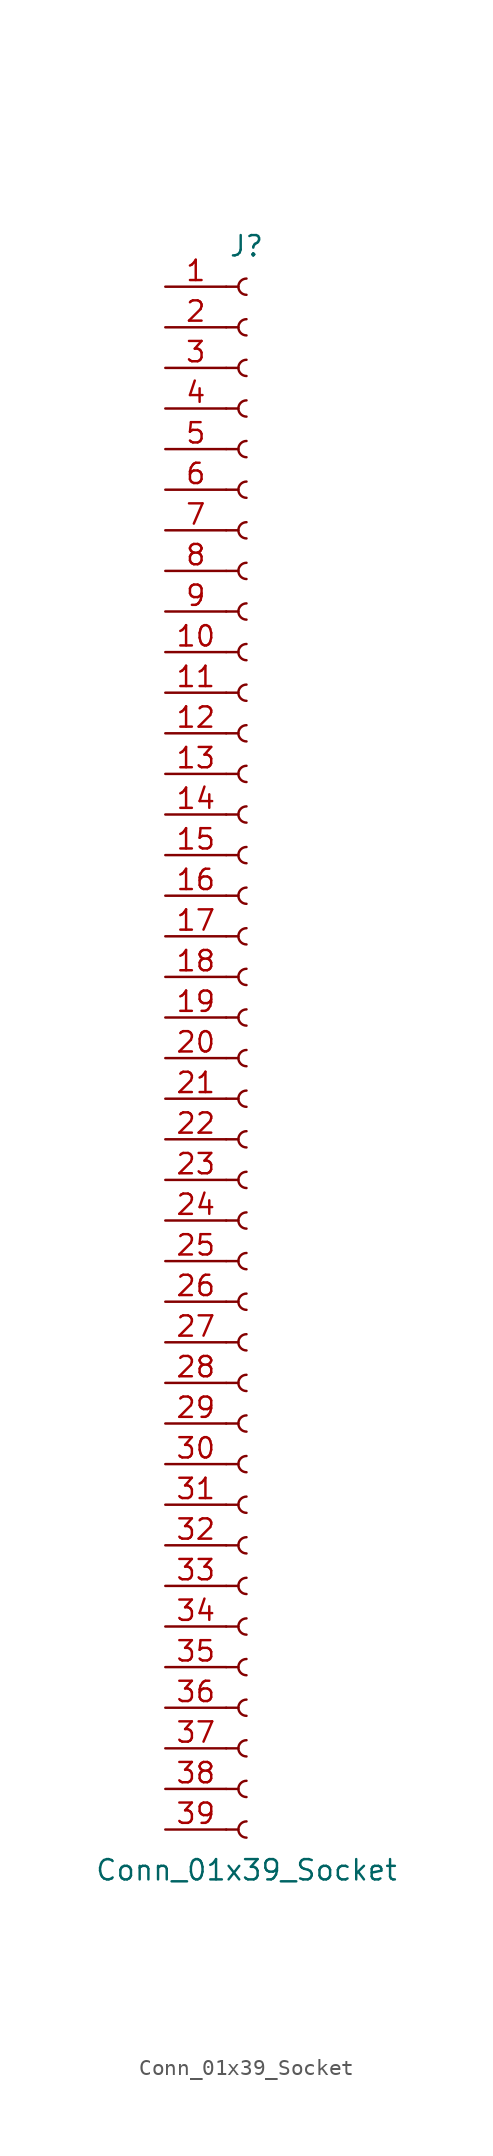
<source format=kicad_sym>
(kicad_symbol_lib
  (version 20220914)
  (generator kicad_symbol_editor)
  (symbol "Conn_01x39_Socket"
    (pin_names
      (offset 1.016) hide)
    (property "Reference" "J"
      (at 0 50.8 0)
      (effects (font (size 1.27 1.27))))
    (property "Value" "Conn_01x39_Socket"
      (at 0 -50.8 0)
      (effects (font (size 1.27 1.27))))
    (property "ki_locked" ""
      (at 0 0 0)
      (effects (font (size 1.27 1.27))))
    (symbol "Conn_01x39_Socket_1_1"
      (arc (start 0 -47.752) (mid -0.5058 -48.26) (end 0 -48.768) (stroke (width 0.1524) (type default)) (fill (type none)))
      (arc (start 0 -45.212) (mid -0.5058 -45.72) (end 0 -46.228) (stroke (width 0.1524) (type default)) (fill (type none)))
      (arc (start 0 -42.672) (mid -0.5058 -43.18) (end 0 -43.688) (stroke (width 0.1524) (type default)) (fill (type none)))
      (arc (start 0 -40.132) (mid -0.5058 -40.64) (end 0 -41.148) (stroke (width 0.1524) (type default)) (fill (type none)))
      (arc (start 0 -37.592) (mid -0.5058 -38.1) (end 0 -38.608) (stroke (width 0.1524) (type default)) (fill (type none)))
      (arc (start 0 -35.052) (mid -0.5058 -35.56) (end 0 -36.068) (stroke (width 0.1524) (type default)) (fill (type none)))
      (arc (start 0 -32.512) (mid -0.5058 -33.02) (end 0 -33.528) (stroke (width 0.1524) (type default)) (fill (type none)))
      (arc (start 0 -29.972) (mid -0.5058 -30.48) (end 0 -30.988) (stroke (width 0.1524) (type default)) (fill (type none)))
      (arc (start 0 -27.432) (mid -0.5058 -27.94) (end 0 -28.448) (stroke (width 0.1524) (type default)) (fill (type none)))
      (arc (start 0 -24.892) (mid -0.5058 -25.4) (end 0 -25.908) (stroke (width 0.1524) (type default)) (fill (type none)))
      (arc (start 0 -22.352) (mid -0.5058 -22.86) (end 0 -23.368) (stroke (width 0.1524) (type default)) (fill (type none)))
      (arc (start 0 -19.812) (mid -0.5058 -20.32) (end 0 -20.828) (stroke (width 0.1524) (type default)) (fill (type none)))
      (arc (start 0 -17.272) (mid -0.5058 -17.78) (end 0 -18.288) (stroke (width 0.1524) (type default)) (fill (type none)))
      (arc (start 0 -14.732) (mid -0.5058 -15.24) (end 0 -15.748) (stroke (width 0.1524) (type default)) (fill (type none)))
      (arc (start 0 -12.192) (mid -0.5058 -12.7) (end 0 -13.208) (stroke (width 0.1524) (type default)) (fill (type none)))
      (arc (start 0 -9.652) (mid -0.5058 -10.16) (end 0 -10.668) (stroke (width 0.1524) (type default)) (fill (type none)))
      (arc (start 0 -7.112) (mid -0.5058 -7.62) (end 0 -8.128) (stroke (width 0.1524) (type default)) (fill (type none)))
      (arc (start 0 -4.572) (mid -0.5058 -5.08) (end 0 -5.588) (stroke (width 0.1524) (type default)) (fill (type none)))
      (arc (start 0 -2.032) (mid -0.5058 -2.54) (end 0 -3.048) (stroke (width 0.1524) (type default)) (fill (type none)))
      (polyline (pts (xy -1.27 -48.26) (xy -0.508 -48.26)) (stroke (width 0.152) (type default)) (fill (type none)))
      (polyline (pts (xy -1.27 -45.72) (xy -0.508 -45.72)) (stroke (width 0.152) (type default)) (fill (type none)))
      (polyline (pts (xy -1.27 -43.18) (xy -0.508 -43.18)) (stroke (width 0.152) (type default)) (fill (type none)))
      (polyline (pts (xy -1.27 -40.64) (xy -0.508 -40.64)) (stroke (width 0.152) (type default)) (fill (type none)))
      (polyline (pts (xy -1.27 -38.1) (xy -0.508 -38.1)) (stroke (width 0.152) (type default)) (fill (type none)))
      (polyline (pts (xy -1.27 -35.56) (xy -0.508 -35.56)) (stroke (width 0.152) (type default)) (fill (type none)))
      (polyline (pts (xy -1.27 -33.02) (xy -0.508 -33.02)) (stroke (width 0.152) (type default)) (fill (type none)))
      (polyline (pts (xy -1.27 -30.48) (xy -0.508 -30.48)) (stroke (width 0.152) (type default)) (fill (type none)))
      (polyline (pts (xy -1.27 -27.94) (xy -0.508 -27.94)) (stroke (width 0.152) (type default)) (fill (type none)))
      (polyline (pts (xy -1.27 -25.4) (xy -0.508 -25.4)) (stroke (width 0.152) (type default)) (fill (type none)))
      (polyline (pts (xy -1.27 -22.86) (xy -0.508 -22.86)) (stroke (width 0.152) (type default)) (fill (type none)))
      (polyline (pts (xy -1.27 -20.32) (xy -0.508 -20.32)) (stroke (width 0.152) (type default)) (fill (type none)))
      (polyline (pts (xy -1.27 -17.78) (xy -0.508 -17.78)) (stroke (width 0.152) (type default)) (fill (type none)))
      (polyline (pts (xy -1.27 -15.24) (xy -0.508 -15.24)) (stroke (width 0.152) (type default)) (fill (type none)))
      (polyline (pts (xy -1.27 -12.7) (xy -0.508 -12.7)) (stroke (width 0.152) (type default)) (fill (type none)))
      (polyline (pts (xy -1.27 -10.16) (xy -0.508 -10.16)) (stroke (width 0.152) (type default)) (fill (type none)))
      (polyline (pts (xy -1.27 -7.62) (xy -0.508 -7.62)) (stroke (width 0.152) (type default)) (fill (type none)))
      (polyline (pts (xy -1.27 -5.08) (xy -0.508 -5.08)) (stroke (width 0.152) (type default)) (fill (type none)))
      (polyline (pts (xy -1.27 -2.54) (xy -0.508 -2.54)) (stroke (width 0.152) (type default)) (fill (type none)))
      (polyline (pts (xy -1.27 0) (xy -0.508 0)) (stroke (width 0.152) (type default)) (fill (type none)))
      (polyline (pts (xy -1.27 2.54) (xy -0.508 2.54)) (stroke (width 0.152) (type default)) (fill (type none)))
      (polyline (pts (xy -1.27 5.08) (xy -0.508 5.08)) (stroke (width 0.152) (type default)) (fill (type none)))
      (polyline (pts (xy -1.27 7.62) (xy -0.508 7.62)) (stroke (width 0.152) (type default)) (fill (type none)))
      (polyline (pts (xy -1.27 10.16) (xy -0.508 10.16)) (stroke (width 0.152) (type default)) (fill (type none)))
      (polyline (pts (xy -1.27 12.7) (xy -0.508 12.7)) (stroke (width 0.152) (type default)) (fill (type none)))
      (polyline (pts (xy -1.27 15.24) (xy -0.508 15.24)) (stroke (width 0.152) (type default)) (fill (type none)))
      (polyline (pts (xy -1.27 17.78) (xy -0.508 17.78)) (stroke (width 0.152) (type default)) (fill (type none)))
      (polyline (pts (xy -1.27 20.32) (xy -0.508 20.32)) (stroke (width 0.152) (type default)) (fill (type none)))
      (polyline (pts (xy -1.27 22.86) (xy -0.508 22.86)) (stroke (width 0.152) (type default)) (fill (type none)))
      (polyline (pts (xy -1.27 25.4) (xy -0.508 25.4)) (stroke (width 0.152) (type default)) (fill (type none)))
      (polyline (pts (xy -1.27 27.94) (xy -0.508 27.94)) (stroke (width 0.152) (type default)) (fill (type none)))
      (polyline (pts (xy -1.27 30.48) (xy -0.508 30.48)) (stroke (width 0.152) (type default)) (fill (type none)))
      (polyline (pts (xy -1.27 33.02) (xy -0.508 33.02)) (stroke (width 0.152) (type default)) (fill (type none)))
      (polyline (pts (xy -1.27 35.56) (xy -0.508 35.56)) (stroke (width 0.152) (type default)) (fill (type none)))
      (polyline (pts (xy -1.27 38.1) (xy -0.508 38.1)) (stroke (width 0.152) (type default)) (fill (type none)))
      (polyline (pts (xy -1.27 40.64) (xy -0.508 40.64)) (stroke (width 0.152) (type default)) (fill (type none)))
      (polyline (pts (xy -1.27 43.18) (xy -0.508 43.18)) (stroke (width 0.152) (type default)) (fill (type none)))
      (polyline (pts (xy -1.27 45.72) (xy -0.508 45.72)) (stroke (width 0.152) (type default)) (fill (type none)))
      (polyline (pts (xy -1.27 48.26) (xy -0.508 48.26)) (stroke (width 0.152) (type default)) (fill (type none)))
      (arc (start 0 0.508) (mid -0.5058 0) (end 0 -0.508) (stroke (width 0.1524) (type default)) (fill (type none)))
      (arc (start 0 3.048) (mid -0.5058 2.54) (end 0 2.032) (stroke (width 0.1524) (type default)) (fill (type none)))
      (arc (start 0 5.588) (mid -0.5058 5.08) (end 0 4.572) (stroke (width 0.1524) (type default)) (fill (type none)))
      (arc (start 0 8.128) (mid -0.5058 7.62) (end 0 7.112) (stroke (width 0.1524) (type default)) (fill (type none)))
      (arc (start 0 10.668) (mid -0.5058 10.16) (end 0 9.652) (stroke (width 0.1524) (type default)) (fill (type none)))
      (arc (start 0 13.208) (mid -0.5058 12.7) (end 0 12.192) (stroke (width 0.1524) (type default)) (fill (type none)))
      (arc (start 0 15.748) (mid -0.5058 15.24) (end 0 14.732) (stroke (width 0.1524) (type default)) (fill (type none)))
      (arc (start 0 18.288) (mid -0.5058 17.78) (end 0 17.272) (stroke (width 0.1524) (type default)) (fill (type none)))
      (arc (start 0 20.828) (mid -0.5058 20.32) (end 0 19.812) (stroke (width 0.1524) (type default)) (fill (type none)))
      (arc (start 0 23.368) (mid -0.5058 22.86) (end 0 22.352) (stroke (width 0.1524) (type default)) (fill (type none)))
      (arc (start 0 25.908) (mid -0.5058 25.4) (end 0 24.892) (stroke (width 0.1524) (type default)) (fill (type none)))
      (arc (start 0 28.448) (mid -0.5058 27.94) (end 0 27.432) (stroke (width 0.1524) (type default)) (fill (type none)))
      (arc (start 0 30.988) (mid -0.5058 30.48) (end 0 29.972) (stroke (width 0.1524) (type default)) (fill (type none)))
      (arc (start 0 33.528) (mid -0.5058 33.02) (end 0 32.512) (stroke (width 0.1524) (type default)) (fill (type none)))
      (arc (start 0 36.068) (mid -0.5058 35.56) (end 0 35.052) (stroke (width 0.1524) (type default)) (fill (type none)))
      (arc (start 0 38.608) (mid -0.5058 38.1) (end 0 37.592) (stroke (width 0.1524) (type default)) (fill (type none)))
      (arc (start 0 41.148) (mid -0.5058 40.64) (end 0 40.132) (stroke (width 0.1524) (type default)) (fill (type none)))
      (arc (start 0 43.688) (mid -0.5058 43.18) (end 0 42.672) (stroke (width 0.1524) (type default)) (fill (type none)))
      (arc (start 0 46.228) (mid -0.5058 45.72) (end 0 45.212) (stroke (width 0.1524) (type default)) (fill (type none)))
      (arc (start 0 48.768) (mid -0.5058 48.26) (end 0 47.752) (stroke (width 0.1524) (type default)) (fill (type none)))
      (pin passive line (at -5.08 48.26 0) (length 3.81) (name "Pin_1" (effects (font (size 1.27 1.27)))) (number "1" (effects (font (size 1.27 1.27)))))
      (pin passive line (at -5.08 25.4 0) (length 3.81) (name "Pin_10" (effects (font (size 1.27 1.27)))) (number "10" (effects (font (size 1.27 1.27)))))
      (pin passive line (at -5.08 22.86 0) (length 3.81) (name "Pin_11" (effects (font (size 1.27 1.27)))) (number "11" (effects (font (size 1.27 1.27)))))
      (pin passive line (at -5.08 20.32 0) (length 3.81) (name "Pin_12" (effects (font (size 1.27 1.27)))) (number "12" (effects (font (size 1.27 1.27)))))
      (pin passive line (at -5.08 17.78 0) (length 3.81) (name "Pin_13" (effects (font (size 1.27 1.27)))) (number "13" (effects (font (size 1.27 1.27)))))
      (pin passive line (at -5.08 15.24 0) (length 3.81) (name "Pin_14" (effects (font (size 1.27 1.27)))) (number "14" (effects (font (size 1.27 1.27)))))
      (pin passive line (at -5.08 12.7 0) (length 3.81) (name "Pin_15" (effects (font (size 1.27 1.27)))) (number "15" (effects (font (size 1.27 1.27)))))
      (pin passive line (at -5.08 10.16 0) (length 3.81) (name "Pin_16" (effects (font (size 1.27 1.27)))) (number "16" (effects (font (size 1.27 1.27)))))
      (pin passive line (at -5.08 7.62 0) (length 3.81) (name "Pin_17" (effects (font (size 1.27 1.27)))) (number "17" (effects (font (size 1.27 1.27)))))
      (pin passive line (at -5.08 5.08 0) (length 3.81) (name "Pin_18" (effects (font (size 1.27 1.27)))) (number "18" (effects (font (size 1.27 1.27)))))
      (pin passive line (at -5.08 2.54 0) (length 3.81) (name "Pin_19" (effects (font (size 1.27 1.27)))) (number "19" (effects (font (size 1.27 1.27)))))
      (pin passive line (at -5.08 45.72 0) (length 3.81) (name "Pin_2" (effects (font (size 1.27 1.27)))) (number "2" (effects (font (size 1.27 1.27)))))
      (pin passive line (at -5.08 0 0) (length 3.81) (name "Pin_20" (effects (font (size 1.27 1.27)))) (number "20" (effects (font (size 1.27 1.27)))))
      (pin passive line (at -5.08 -2.54 0) (length 3.81) (name "Pin_21" (effects (font (size 1.27 1.27)))) (number "21" (effects (font (size 1.27 1.27)))))
      (pin passive line (at -5.08 -5.08 0) (length 3.81) (name "Pin_22" (effects (font (size 1.27 1.27)))) (number "22" (effects (font (size 1.27 1.27)))))
      (pin passive line (at -5.08 -7.62 0) (length 3.81) (name "Pin_23" (effects (font (size 1.27 1.27)))) (number "23" (effects (font (size 1.27 1.27)))))
      (pin passive line (at -5.08 -10.16 0) (length 3.81) (name "Pin_24" (effects (font (size 1.27 1.27)))) (number "24" (effects (font (size 1.27 1.27)))))
      (pin passive line (at -5.08 -12.7 0) (length 3.81) (name "Pin_25" (effects (font (size 1.27 1.27)))) (number "25" (effects (font (size 1.27 1.27)))))
      (pin passive line (at -5.08 -15.24 0) (length 3.81) (name "Pin_26" (effects (font (size 1.27 1.27)))) (number "26" (effects (font (size 1.27 1.27)))))
      (pin passive line (at -5.08 -17.78 0) (length 3.81) (name "Pin_27" (effects (font (size 1.27 1.27)))) (number "27" (effects (font (size 1.27 1.27)))))
      (pin passive line (at -5.08 -20.32 0) (length 3.81) (name "Pin_28" (effects (font (size 1.27 1.27)))) (number "28" (effects (font (size 1.27 1.27)))))
      (pin passive line (at -5.08 -22.86 0) (length 3.81) (name "Pin_29" (effects (font (size 1.27 1.27)))) (number "29" (effects (font (size 1.27 1.27)))))
      (pin passive line (at -5.08 43.18 0) (length 3.81) (name "Pin_3" (effects (font (size 1.27 1.27)))) (number "3" (effects (font (size 1.27 1.27)))))
      (pin passive line (at -5.08 -25.4 0) (length 3.81) (name "Pin_30" (effects (font (size 1.27 1.27)))) (number "30" (effects (font (size 1.27 1.27)))))
      (pin passive line (at -5.08 -27.94 0) (length 3.81) (name "Pin_31" (effects (font (size 1.27 1.27)))) (number "31" (effects (font (size 1.27 1.27)))))
      (pin passive line (at -5.08 -30.48 0) (length 3.81) (name "Pin_32" (effects (font (size 1.27 1.27)))) (number "32" (effects (font (size 1.27 1.27)))))
      (pin passive line (at -5.08 -33.02 0) (length 3.81) (name "Pin_33" (effects (font (size 1.27 1.27)))) (number "33" (effects (font (size 1.27 1.27)))))
      (pin passive line (at -5.08 -35.56 0) (length 3.81) (name "Pin_34" (effects (font (size 1.27 1.27)))) (number "34" (effects (font (size 1.27 1.27)))))
      (pin passive line (at -5.08 -38.1 0) (length 3.81) (name "Pin_35" (effects (font (size 1.27 1.27)))) (number "35" (effects (font (size 1.27 1.27)))))
      (pin passive line (at -5.08 -40.64 0) (length 3.81) (name "Pin_36" (effects (font (size 1.27 1.27)))) (number "36" (effects (font (size 1.27 1.27)))))
      (pin passive line (at -5.08 -43.18 0) (length 3.81) (name "Pin_37" (effects (font (size 1.27 1.27)))) (number "37" (effects (font (size 1.27 1.27)))))
      (pin passive line (at -5.08 -45.72 0) (length 3.81) (name "Pin_38" (effects (font (size 1.27 1.27)))) (number "38" (effects (font (size 1.27 1.27)))))
      (pin passive line (at -5.08 -48.26 0) (length 3.81) (name "Pin_39" (effects (font (size 1.27 1.27)))) (number "39" (effects (font (size 1.27 1.27)))))
      (pin passive line (at -5.08 40.64 0) (length 3.81) (name "Pin_4" (effects (font (size 1.27 1.27)))) (number "4" (effects (font (size 1.27 1.27)))))
      (pin passive line (at -5.08 38.1 0) (length 3.81) (name "Pin_5" (effects (font (size 1.27 1.27)))) (number "5" (effects (font (size 1.27 1.27)))))
      (pin passive line (at -5.08 35.56 0) (length 3.81) (name "Pin_6" (effects (font (size 1.27 1.27)))) (number "6" (effects (font (size 1.27 1.27)))))
      (pin passive line (at -5.08 33.02 0) (length 3.81) (name "Pin_7" (effects (font (size 1.27 1.27)))) (number "7" (effects (font (size 1.27 1.27)))))
      (pin passive line (at -5.08 30.48 0) (length 3.81) (name "Pin_8" (effects (font (size 1.27 1.27)))) (number "8" (effects (font (size 1.27 1.27)))))
      (pin passive line (at -5.08 27.94 0) (length 3.81) (name "Pin_9" (effects (font (size 1.27 1.27)))) (number "9" (effects (font (size 1.27 1.27))))))))
</source>
